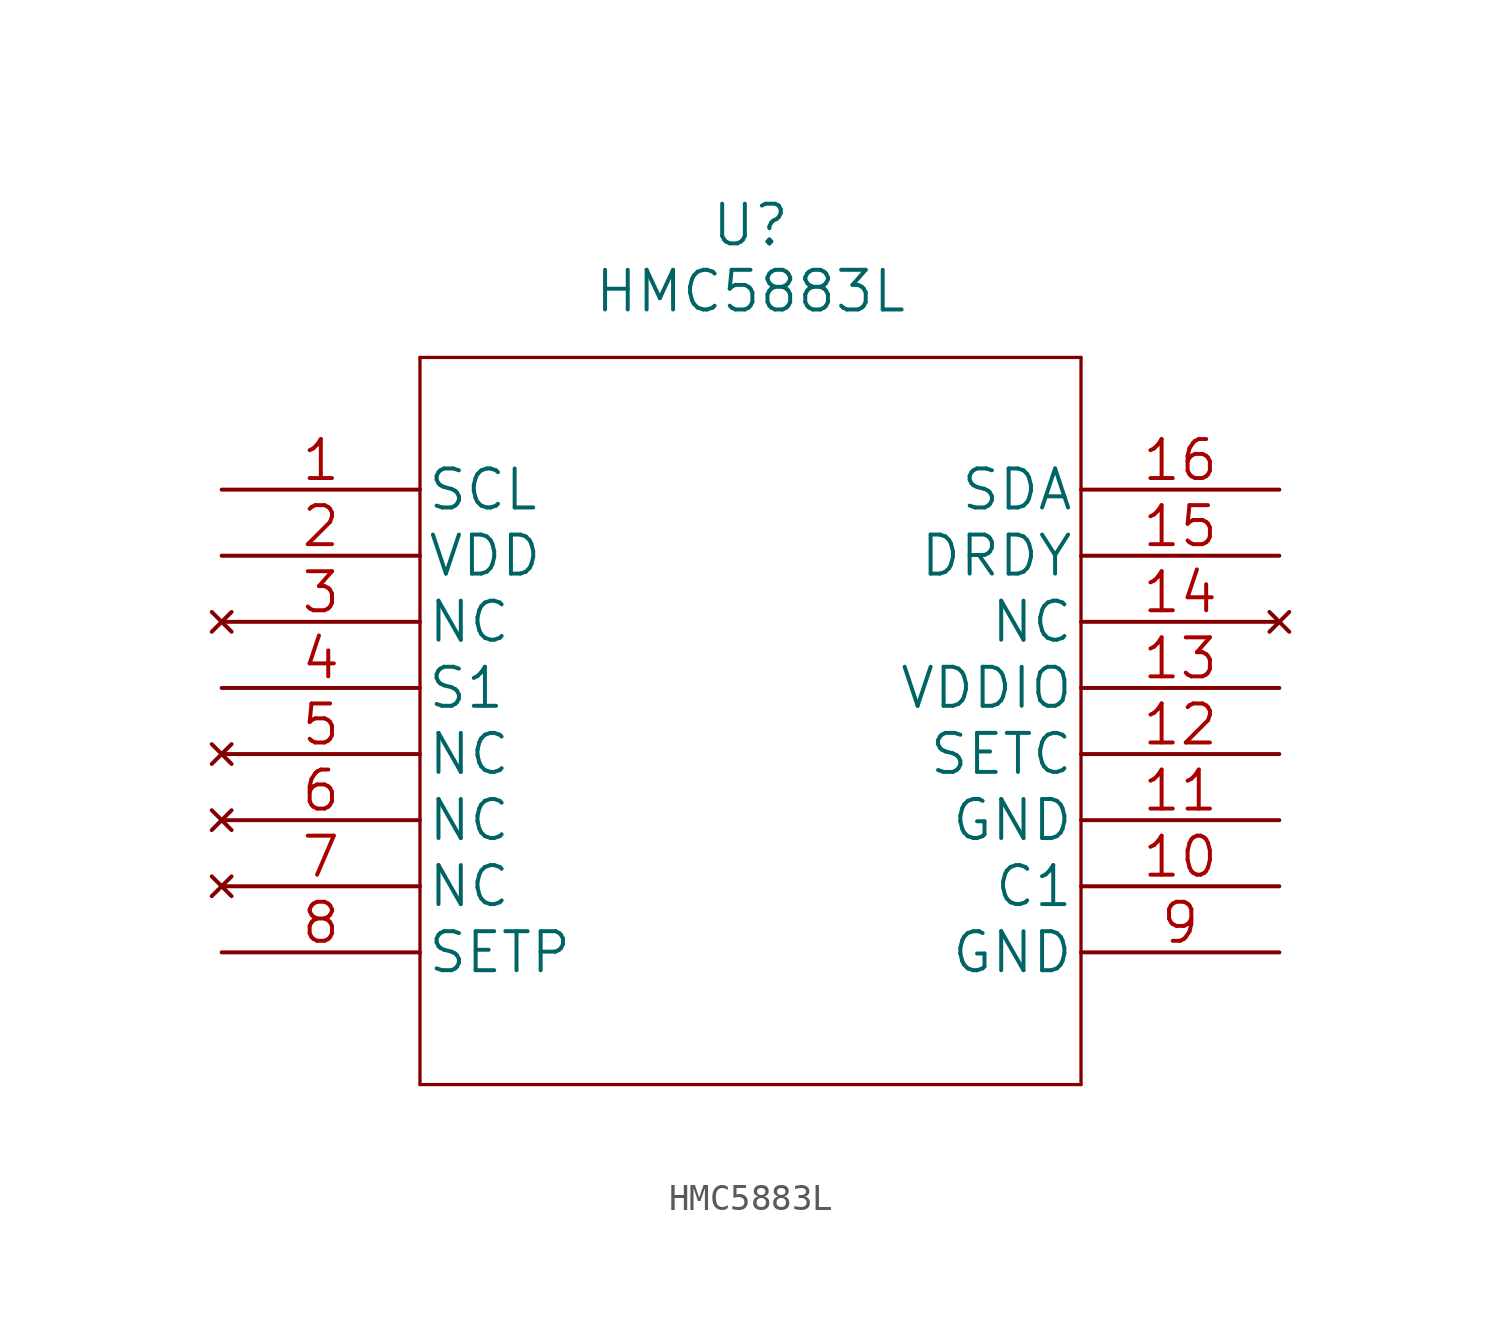
<source format=kicad_sym>
(kicad_symbol_lib
  (version 20211014)
  (generator kicad_symbol_editor)
  (symbol "HMC5883L"
    (pin_names
      (offset 0.254))
    (property "Reference" "U"
      (at 20.32 10.16 0)
      (effects (font (size 1.524 1.524))))
    (property "Value" "HMC5883L"
      (at 20.32 7.62 0)
      (effects (font (size 1.524 1.524))))
    (property "Datasheet" ""
      (at 0 0 0)
      (effects (font (size 1.524 1.524))))
    (property "ki_locked" ""
      (at 0 0 0)
      (effects (font (size 1.27 1.27))))
    (symbol "HMC5883L_1_1"
      (polyline (pts (xy 7.62 -22.86) (xy 33.02 -22.86)) (stroke (width 0.127) (type default) (color 0 0 0 0)) (fill (type none)))
      (polyline (pts (xy 7.62 5.08) (xy 7.62 -22.86)) (stroke (width 0.127) (type default) (color 0 0 0 0)) (fill (type none)))
      (polyline (pts (xy 33.02 -22.86) (xy 33.02 5.08)) (stroke (width 0.127) (type default) (color 0 0 0 0)) (fill (type none)))
      (polyline (pts (xy 33.02 5.08) (xy 7.62 5.08)) (stroke (width 0.127) (type default) (color 0 0 0 0)) (fill (type none)))
      (pin bidirectional line (at 0 0 0) (length 7.62) (name "SCL" (effects (font (size 1.499 1.499)))) (number "1" (effects (font (size 1.499 1.499)))))
      (pin passive line (at 40.64 -15.24 180) (length 7.62) (name "C1" (effects (font (size 1.499 1.499)))) (number "10" (effects (font (size 1.499 1.499)))))
      (pin power_in line (at 40.64 -12.7 180) (length 7.62) (name "GND" (effects (font (size 1.499 1.499)))) (number "11" (effects (font (size 1.499 1.499)))))
      (pin passive line (at 40.64 -10.16 180) (length 7.62) (name "SETC" (effects (font (size 1.499 1.499)))) (number "12" (effects (font (size 1.499 1.499)))))
      (pin power_in line (at 40.64 -7.62 180) (length 7.62) (name "VDDIO" (effects (font (size 1.499 1.499)))) (number "13" (effects (font (size 1.499 1.499)))))
      (pin no_connect line (at 40.64 -5.08 180) (length 7.62) (name "NC" (effects (font (size 1.499 1.499)))) (number "14" (effects (font (size 1.499 1.499)))))
      (pin unspecified line (at 40.64 -2.54 180) (length 7.62) (name "DRDY" (effects (font (size 1.499 1.499)))) (number "15" (effects (font (size 1.499 1.499)))))
      (pin bidirectional line (at 40.64 0 180) (length 7.62) (name "SDA" (effects (font (size 1.499 1.499)))) (number "16" (effects (font (size 1.499 1.499)))))
      (pin power_in line (at 0 -2.54 0) (length 7.62) (name "VDD" (effects (font (size 1.499 1.499)))) (number "2" (effects (font (size 1.499 1.499)))))
      (pin no_connect line (at 0 -5.08 0) (length 7.62) (name "NC" (effects (font (size 1.499 1.499)))) (number "3" (effects (font (size 1.499 1.499)))))
      (pin passive line (at 0 -7.62 0) (length 7.62) (name "S1" (effects (font (size 1.499 1.499)))) (number "4" (effects (font (size 1.499 1.499)))))
      (pin no_connect line (at 0 -10.16 0) (length 7.62) (name "NC" (effects (font (size 1.499 1.499)))) (number "5" (effects (font (size 1.499 1.499)))))
      (pin no_connect line (at 0 -12.7 0) (length 7.62) (name "NC" (effects (font (size 1.499 1.499)))) (number "6" (effects (font (size 1.499 1.499)))))
      (pin no_connect line (at 0 -15.24 0) (length 7.62) (name "NC" (effects (font (size 1.499 1.499)))) (number "7" (effects (font (size 1.499 1.499)))))
      (pin passive line (at 0 -17.78 0) (length 7.62) (name "SETP" (effects (font (size 1.499 1.499)))) (number "8" (effects (font (size 1.499 1.499)))))
      (pin power_in line (at 40.64 -17.78 180) (length 7.62) (name "GND" (effects (font (size 1.499 1.499)))) (number "9" (effects (font (size 1.499 1.499))))))))
</source>
